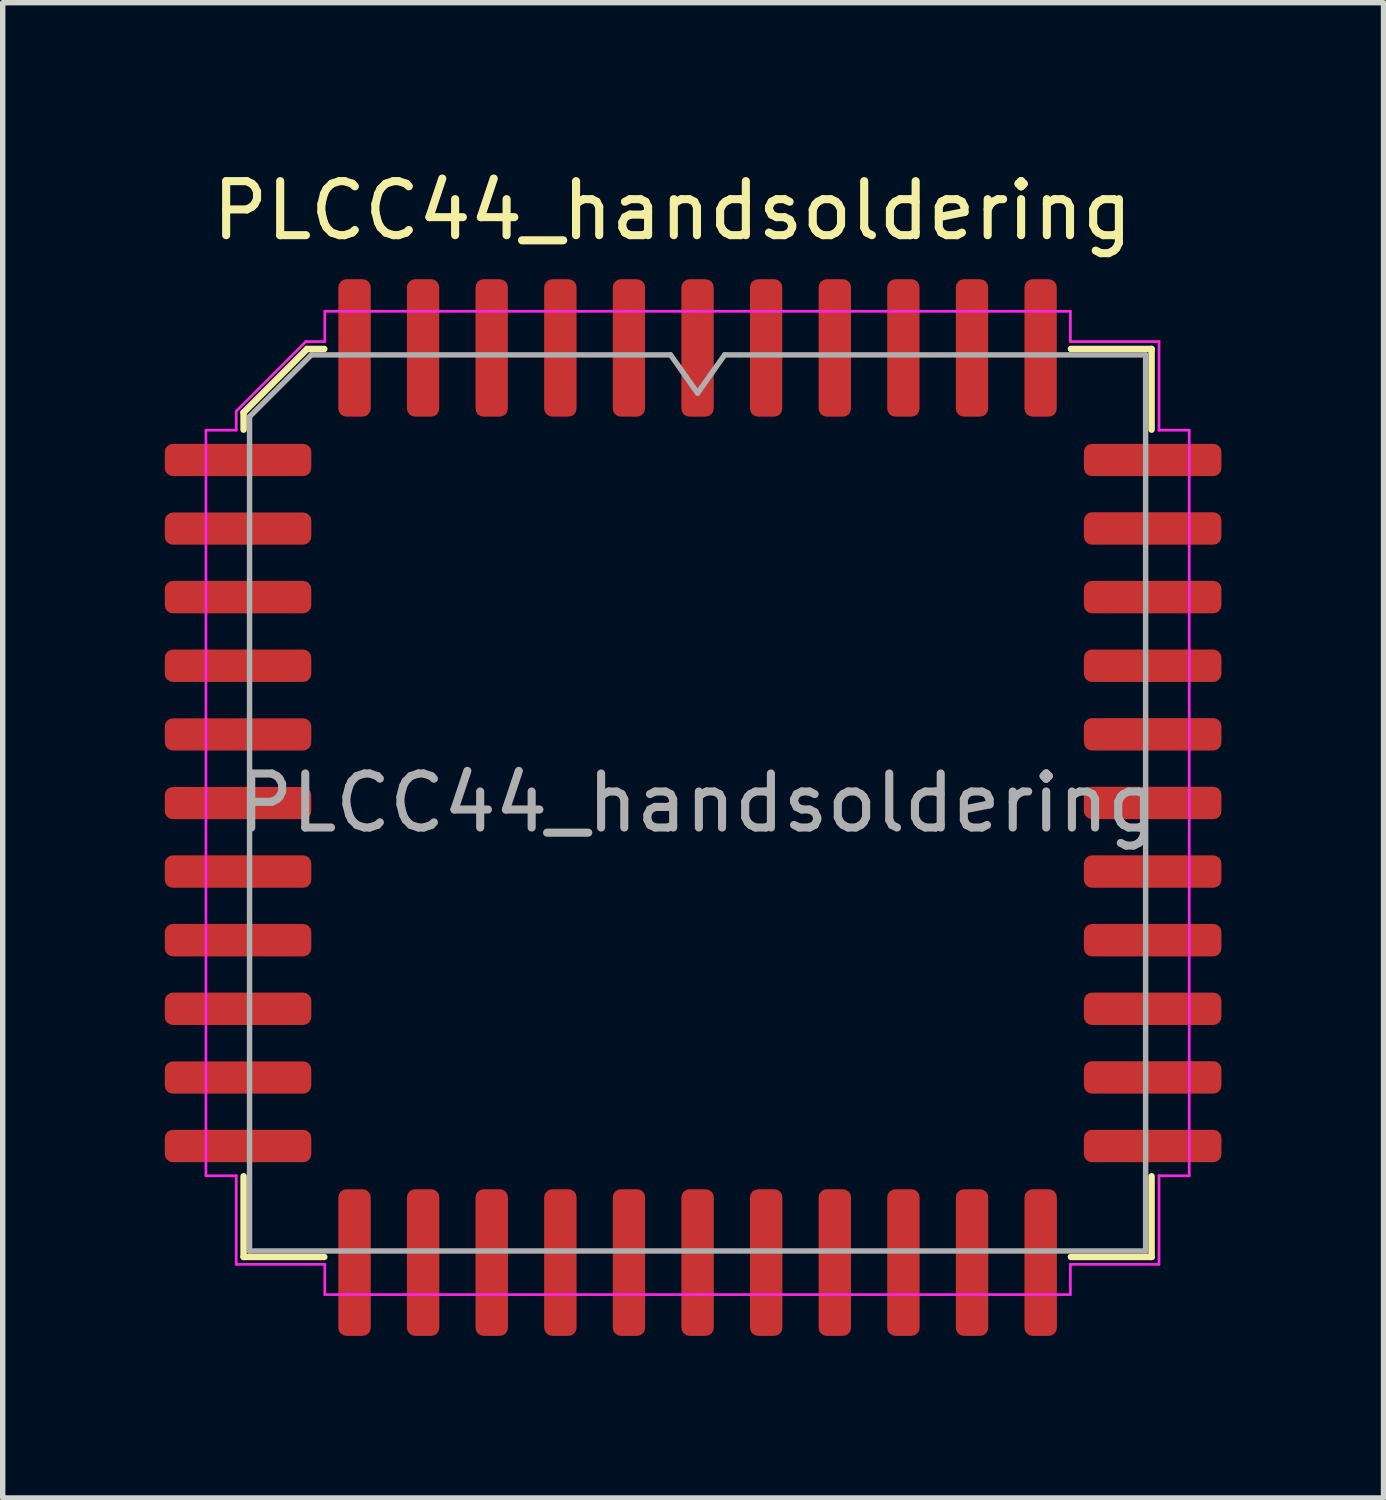
<source format=kicad_pcb>
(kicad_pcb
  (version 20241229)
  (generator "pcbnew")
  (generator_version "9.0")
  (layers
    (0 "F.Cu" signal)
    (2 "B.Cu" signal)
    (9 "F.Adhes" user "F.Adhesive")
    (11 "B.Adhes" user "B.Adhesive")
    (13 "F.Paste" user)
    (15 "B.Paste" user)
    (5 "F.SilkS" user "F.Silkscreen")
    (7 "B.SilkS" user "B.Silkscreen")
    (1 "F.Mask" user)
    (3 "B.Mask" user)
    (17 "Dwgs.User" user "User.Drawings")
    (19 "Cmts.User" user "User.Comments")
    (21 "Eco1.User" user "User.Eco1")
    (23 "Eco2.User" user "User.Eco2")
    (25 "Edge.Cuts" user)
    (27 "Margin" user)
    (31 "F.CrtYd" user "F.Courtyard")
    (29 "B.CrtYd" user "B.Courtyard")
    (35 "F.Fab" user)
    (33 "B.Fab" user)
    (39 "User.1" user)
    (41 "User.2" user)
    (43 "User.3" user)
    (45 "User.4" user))
  (footprint "PLCC44_handsoldering"
    (layer "F.Cu")
    (at 9.906 11.516)
    (property "Reference" "PLCC44_handsoldering" (at -0.508 -10.668 0) (unlocked yes) (layer "F.SilkS") (effects (font (size 1 1) (thickness 0.15))))
    (attr smd)
    (fp_line (start -8.447 -6.932) (end -8.447 -6.614) (stroke (width 0.12) (type solid)) (layer "F.SilkS"))
    (fp_line (start -8.447 8.699) (end -8.447 7.206) (stroke (width 0.12) (type solid)) (layer "F.SilkS"))
    (fp_line (start -7.272 -8.107) (end -8.447 -6.932) (stroke (width 0.12) (type solid)) (layer "F.SilkS"))
    (fp_line (start -6.954 -8.107) (end -7.272 -8.107) (stroke (width 0.12) (type solid)) (layer "F.SilkS"))
    (fp_line (start -6.954 8.699) (end -8.447 8.699) (stroke (width 0.12) (type solid)) (layer "F.SilkS"))
    (fp_line (start 6.866 -8.107) (end 8.359 -8.107) (stroke (width 0.12) (type solid)) (layer "F.SilkS"))
    (fp_line (start 6.866 8.699) (end 8.359 8.699) (stroke (width 0.12) (type solid)) (layer "F.SilkS"))
    (fp_line (start 8.359 -8.107) (end 8.359 -6.614) (stroke (width 0.12) (type solid)) (layer "F.SilkS"))
    (fp_line (start 8.359 8.699) (end 8.359 7.206) (stroke (width 0.12) (type solid)) (layer "F.SilkS"))
    (fp_line (start -9.144 -6.604) (end -9.144 0.296) (stroke (width 0.05) (type solid)) (layer "F.CrtYd"))
    (fp_line (start -9.144 7.196) (end -9.144 0.296) (stroke (width 0.05) (type solid)) (layer "F.CrtYd"))
    (fp_line (start -8.584 -6.954) (end -8.584 -6.604) (stroke (width 0.05) (type solid)) (layer "F.CrtYd"))
    (fp_line (start -8.584 -6.604) (end -9.144 -6.604) (stroke (width 0.05) (type solid)) (layer "F.CrtYd"))
    (fp_line (start -8.584 7.196) (end -9.144 7.196) (stroke (width 0.05) (type solid)) (layer "F.CrtYd"))
    (fp_line (start -8.584 8.836) (end -8.584 7.196) (stroke (width 0.05) (type solid)) (layer "F.CrtYd"))
    (fp_line (start -7.294 -8.244) (end -8.584 -6.954) (stroke (width 0.05) (type solid)) (layer "F.CrtYd"))
    (fp_line (start -6.944 -8.804) (end -6.944 -8.244) (stroke (width 0.05) (type solid)) (layer "F.CrtYd"))
    (fp_line (start -6.944 -8.244) (end -7.294 -8.244) (stroke (width 0.05) (type solid)) (layer "F.CrtYd"))
    (fp_line (start -6.944 8.836) (end -8.584 8.836) (stroke (width 0.05) (type solid)) (layer "F.CrtYd"))
    (fp_line (start -6.944 9.396) (end -6.944 8.836) (stroke (width 0.05) (type solid)) (layer "F.CrtYd"))
    (fp_line (start -0.044 -8.804) (end -6.944 -8.804) (stroke (width 0.05) (type solid)) (layer "F.CrtYd"))
    (fp_line (start -0.044 -8.804) (end 6.856 -8.804) (stroke (width 0.05) (type solid)) (layer "F.CrtYd"))
    (fp_line (start -0.044 9.396) (end -6.944 9.396) (stroke (width 0.05) (type solid)) (layer "F.CrtYd"))
    (fp_line (start -0.044 9.396) (end 6.856 9.396) (stroke (width 0.05) (type solid)) (layer "F.CrtYd"))
    (fp_line (start 6.856 -8.804) (end 6.856 -8.244) (stroke (width 0.05) (type solid)) (layer "F.CrtYd"))
    (fp_line (start 6.856 -8.244) (end 8.496 -8.244) (stroke (width 0.05) (type solid)) (layer "F.CrtYd"))
    (fp_line (start 6.856 8.836) (end 8.496 8.836) (stroke (width 0.05) (type solid)) (layer "F.CrtYd"))
    (fp_line (start 6.856 9.396) (end 6.856 8.836) (stroke (width 0.05) (type solid)) (layer "F.CrtYd"))
    (fp_line (start 8.496 -8.244) (end 8.496 -6.604) (stroke (width 0.05) (type solid)) (layer "F.CrtYd"))
    (fp_line (start 8.496 -6.604) (end 9.056 -6.604) (stroke (width 0.05) (type solid)) (layer "F.CrtYd"))
    (fp_line (start 8.496 7.196) (end 9.056 7.196) (stroke (width 0.05) (type solid)) (layer "F.CrtYd"))
    (fp_line (start 8.496 8.836) (end 8.496 7.196) (stroke (width 0.05) (type solid)) (layer "F.CrtYd"))
    (fp_line (start 9.056 -6.604) (end 9.056 0.296) (stroke (width 0.05) (type solid)) (layer "F.CrtYd"))
    (fp_line (start 9.056 7.196) (end 9.056 0.296) (stroke (width 0.05) (type solid)) (layer "F.CrtYd"))
    (fp_line (start -8.337 -6.854) (end -7.194 -7.997) (stroke (width 0.1) (type solid)) (layer "F.Fab"))
    (fp_line (start -8.337 8.589) (end -8.337 -6.854) (stroke (width 0.1) (type solid)) (layer "F.Fab"))
    (fp_line (start -7.194 -7.997) (end -0.544 -7.997) (stroke (width 0.1) (type solid)) (layer "F.Fab"))
    (fp_line (start -0.544 -7.997) (end -0.044 -7.29) (stroke (width 0.1) (type solid)) (layer "F.Fab"))
    (fp_line (start -0.044 -7.29) (end 0.456 -7.997) (stroke (width 0.1) (type solid)) (layer "F.Fab"))
    (fp_line (start 0.456 -7.997) (end 8.249 -7.997) (stroke (width 0.1) (type solid)) (layer "F.Fab"))
    (fp_line (start 8.249 -7.997) (end 8.249 8.589) (stroke (width 0.1) (type solid)) (layer "F.Fab"))
    (fp_line (start 8.249 8.589) (end -8.337 8.589) (stroke (width 0.1) (type solid)) (layer "F.Fab"))
    (fp_text user "${REFERENCE}" (at -0.044 0.296 0) (layer "F.Fab") (effects (font (size 1 1) (thickness 0.15))))
    (pad "1" smd roundrect (at -0.045 -8.126) (size 0.598 2.544) (layers "F.Cu" "F.Mask" "F.Paste") (roundrect_rratio 0.25))
    (pad "2" smd roundrect (at -1.315 -8.126) (size 0.598 2.544) (layers "F.Cu" "F.Mask" "F.Paste") (roundrect_rratio 0.25))
    (pad "3" smd roundrect (at -2.584 -8.126) (size 0.6 2.544) (layers "F.Cu" "F.Mask" "F.Paste") (roundrect_rratio 0.25))
    (pad "4" smd roundrect (at -3.855 -8.126) (size 0.598 2.544) (layers "F.Cu" "F.Mask" "F.Paste") (roundrect_rratio 0.25))
    (pad "5" smd roundrect (at -5.125 -8.126) (size 0.598 2.544) (layers "F.Cu" "F.Mask" "F.Paste") (roundrect_rratio 0.25))
    (pad "6" smd roundrect (at -6.394 -8.126) (size 0.6 2.544) (layers "F.Cu" "F.Mask" "F.Paste") (roundrect_rratio 0.25))
    (pad "7" smd roundrect (at -8.55 -6.052) (size 2.712 0.596) (layers "F.Cu" "F.Mask" "F.Paste") (roundrect_rratio 0.25))
    (pad "8" smd roundrect (at -8.55 -4.782) (size 2.712 0.596) (layers "F.Cu" "F.Mask" "F.Paste") (roundrect_rratio 0.25))
    (pad "9" smd roundrect (at -8.55 -3.514) (size 2.712 0.6) (layers "F.Cu" "F.Mask" "F.Paste") (roundrect_rratio 0.25))
    (pad "10" smd roundrect (at -8.55 -2.244) (size 2.712 0.6) (layers "F.Cu" "F.Mask" "F.Paste") (roundrect_rratio 0.25))
    (pad "11" smd roundrect (at -8.55 -0.972) (size 2.712 0.596) (layers "F.Cu" "F.Mask" "F.Paste") (roundrect_rratio 0.25))
    (pad "12" smd roundrect (at -8.55 0.298) (size 2.712 0.596) (layers "F.Cu" "F.Mask" "F.Paste") (roundrect_rratio 0.25))
    (pad "13" smd roundrect (at -8.55 1.566) (size 2.712 0.6) (layers "F.Cu" "F.Mask" "F.Paste") (roundrect_rratio 0.25))
    (pad "14" smd roundrect (at -8.55 2.836) (size 2.712 0.6) (layers "F.Cu" "F.Mask" "F.Paste") (roundrect_rratio 0.25))
    (pad "15" smd roundrect (at -8.55 4.106) (size 2.712 0.6) (layers "F.Cu" "F.Mask" "F.Paste") (roundrect_rratio 0.25))
    (pad "16" smd roundrect (at -8.55 5.378) (size 2.712 0.596) (layers "F.Cu" "F.Mask" "F.Paste") (roundrect_rratio 0.25))
    (pad "17" smd roundrect (at -8.55 6.646) (size 2.712 0.6) (layers "F.Cu" "F.Mask" "F.Paste") (roundrect_rratio 0.25))
    (pad "18" smd roundrect (at -6.394 8.803) (size 0.6 2.714) (layers "F.Cu" "F.Mask" "F.Paste") (roundrect_rratio 0.25))
    (pad "19" smd roundrect (at -5.124 8.803) (size 0.6 2.714) (layers "F.Cu" "F.Mask" "F.Paste") (roundrect_rratio 0.25))
    (pad "20" smd roundrect (at -3.854 8.803) (size 0.6 2.714) (layers "F.Cu" "F.Mask" "F.Paste") (roundrect_rratio 0.25))
    (pad "21" smd roundrect (at -2.584 8.803) (size 0.6 2.714) (layers "F.Cu" "F.Mask" "F.Paste") (roundrect_rratio 0.25))
    (pad "22" smd roundrect (at -1.314 8.803) (size 0.6 2.714) (layers "F.Cu" "F.Mask" "F.Paste") (roundrect_rratio 0.25))
    (pad "23" smd roundrect (at -0.044 8.803) (size 0.6 2.714) (layers "F.Cu" "F.Mask" "F.Paste") (roundrect_rratio 0.25))
    (pad "24" smd roundrect (at 1.226 8.803) (size 0.6 2.714) (layers "F.Cu" "F.Mask" "F.Paste") (roundrect_rratio 0.25))
    (pad "25" smd roundrect (at 2.496 8.803) (size 0.6 2.714) (layers "F.Cu" "F.Mask" "F.Paste") (roundrect_rratio 0.25))
    (pad "26" smd roundrect (at 3.766 8.803) (size 0.6 2.714) (layers "F.Cu" "F.Mask" "F.Paste") (roundrect_rratio 0.25))
    (pad "27" smd roundrect (at 5.036 8.803) (size 0.6 2.714) (layers "F.Cu" "F.Mask" "F.Paste") (roundrect_rratio 0.25))
    (pad "28" smd roundrect (at 6.306 8.803) (size 0.6 2.714) (layers "F.Cu" "F.Mask" "F.Paste") (roundrect_rratio 0.25))
    (pad "29" smd roundrect (at 8.379 6.646) (size 2.546 0.6) (layers "F.Cu" "F.Mask" "F.Paste") (roundrect_rratio 0.25))
    (pad "30" smd roundrect (at 8.379 5.376) (size 2.546 0.6) (layers "F.Cu" "F.Mask" "F.Paste") (roundrect_rratio 0.25))
    (pad "31" smd roundrect (at 8.379 4.106) (size 2.546 0.6) (layers "F.Cu" "F.Mask" "F.Paste") (roundrect_rratio 0.25))
    (pad "32" smd roundrect (at 8.379 2.836) (size 2.546 0.6) (layers "F.Cu" "F.Mask" "F.Paste") (roundrect_rratio 0.25))
    (pad "33" smd roundrect (at 8.379 1.566) (size 2.546 0.6) (layers "F.Cu" "F.Mask" "F.Paste") (roundrect_rratio 0.25))
    (pad "34" smd roundrect (at 8.379 0.296) (size 2.546 0.6) (layers "F.Cu" "F.Mask" "F.Paste") (roundrect_rratio 0.25))
    (pad "35" smd roundrect (at 8.379 -0.974) (size 2.546 0.6) (layers "F.Cu" "F.Mask" "F.Paste") (roundrect_rratio 0.25))
    (pad "36" smd roundrect (at 8.379 -2.244) (size 2.546 0.6) (layers "F.Cu" "F.Mask" "F.Paste") (roundrect_rratio 0.25))
    (pad "37" smd roundrect (at 8.379 -3.514) (size 2.546 0.6) (layers "F.Cu" "F.Mask" "F.Paste") (roundrect_rratio 0.25))
    (pad "38" smd roundrect (at 8.379 -4.784) (size 2.546 0.6) (layers "F.Cu" "F.Mask" "F.Paste") (roundrect_rratio 0.25))
    (pad "39" smd roundrect (at 8.379 -6.052) (size 2.546 0.596) (layers "F.Cu" "F.Mask" "F.Paste") (roundrect_rratio 0.25))
    (pad "40" smd roundrect (at 6.305 -8.126) (size 0.598 2.544) (layers "F.Cu" "F.Mask" "F.Paste") (roundrect_rratio 0.25))
    (pad "41" smd roundrect (at 5.035 -8.126) (size 0.598 2.544) (layers "F.Cu" "F.Mask" "F.Paste") (roundrect_rratio 0.25))
    (pad "42" smd roundrect (at 3.765 -8.126) (size 0.598 2.544) (layers "F.Cu" "F.Mask" "F.Paste") (roundrect_rratio 0.25))
    (pad "43" smd roundrect (at 2.496 -8.126) (size 0.6 2.544) (layers "F.Cu" "F.Mask" "F.Paste") (roundrect_rratio 0.25))
    (pad "44" smd roundrect (at 1.225 -8.126) (size 0.598 2.544) (layers "F.Cu" "F.Mask" "F.Paste") (roundrect_rratio 0.25)))
  (gr_rect
    (start -3 -3)
    (end 22.558 24.676)
    (stroke (width 0.1) (type default))
    (fill no)
    (layer "Edge.Cuts")))
</source>
